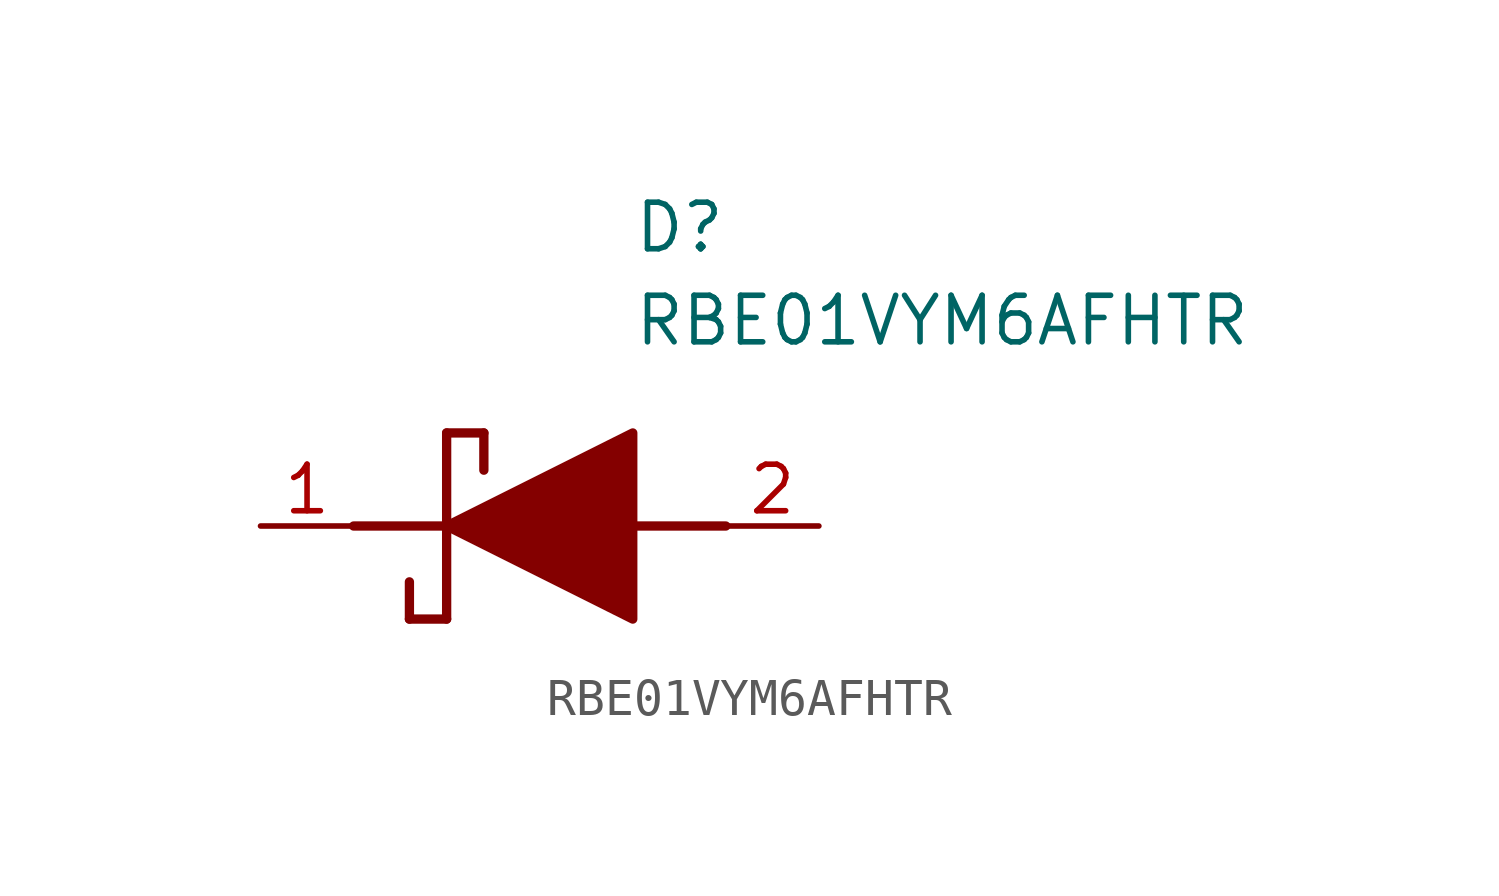
<source format=kicad_sym>
(kicad_symbol_lib
  (version 20211014)
  (generator SamacSys_ECAD_Model)
  (symbol "RBE01VYM6AFHTR"
    (pin_names hide)
    (property "Reference" "D"
      (at 12.7 8.89 0)
      (effects (font (size 1.27 1.27)) (justify left top)))
    (property "Value" "RBE01VYM6AFHTR"
      (at 12.7 6.35 0)
      (effects (font (size 1.27 1.27)) (justify left top)))
    (polyline
      (pts (xy 7.62 2.54) (xy 7.62 -2.54))
      (stroke (width 0.254) (type default))
      (fill (type none)))
    (polyline
      (pts (xy 7.62 2.54) (xy 8.636 2.54))
      (stroke (width 0.254) (type default))
      (fill (type none)))
    (polyline
      (pts (xy 8.636 1.524) (xy 8.636 2.54))
      (stroke (width 0.254) (type default))
      (fill (type none)))
    (polyline
      (pts (xy 7.62 -2.54) (xy 6.604 -2.54))
      (stroke (width 0.254) (type default))
      (fill (type none)))
    (polyline
      (pts (xy 6.604 -1.524) (xy 6.604 -2.54))
      (stroke (width 0.254) (type default))
      (fill (type none)))
    (polyline
      (pts (xy 5.08 0) (xy 7.62 0))
      (stroke (width 0.254) (type default))
      (fill (type none)))
    (polyline
      (pts (xy 12.7 0) (xy 15.24 0))
      (stroke (width 0.254) (type default))
      (fill (type none)))
    (polyline
      (pts (xy 7.62 0) (xy 12.7 2.54) (xy 12.7 -2.54) (xy 7.62 0))
      (stroke (width 0.254) (type default))
      (fill (type outline)))
    (pin passive line
      (at 2.54 0 0)
      (length 2.54)
      (name "K" (effects (font (size 1.27 1.27))))
      (number "1" (effects (font (size 1.27 1.27)))))
    (pin passive line
      (at 17.78 0 180)
      (length 2.54)
      (name "A" (effects (font (size 1.27 1.27))))
      (number "2" (effects (font (size 1.27 1.27)))))))
</source>
